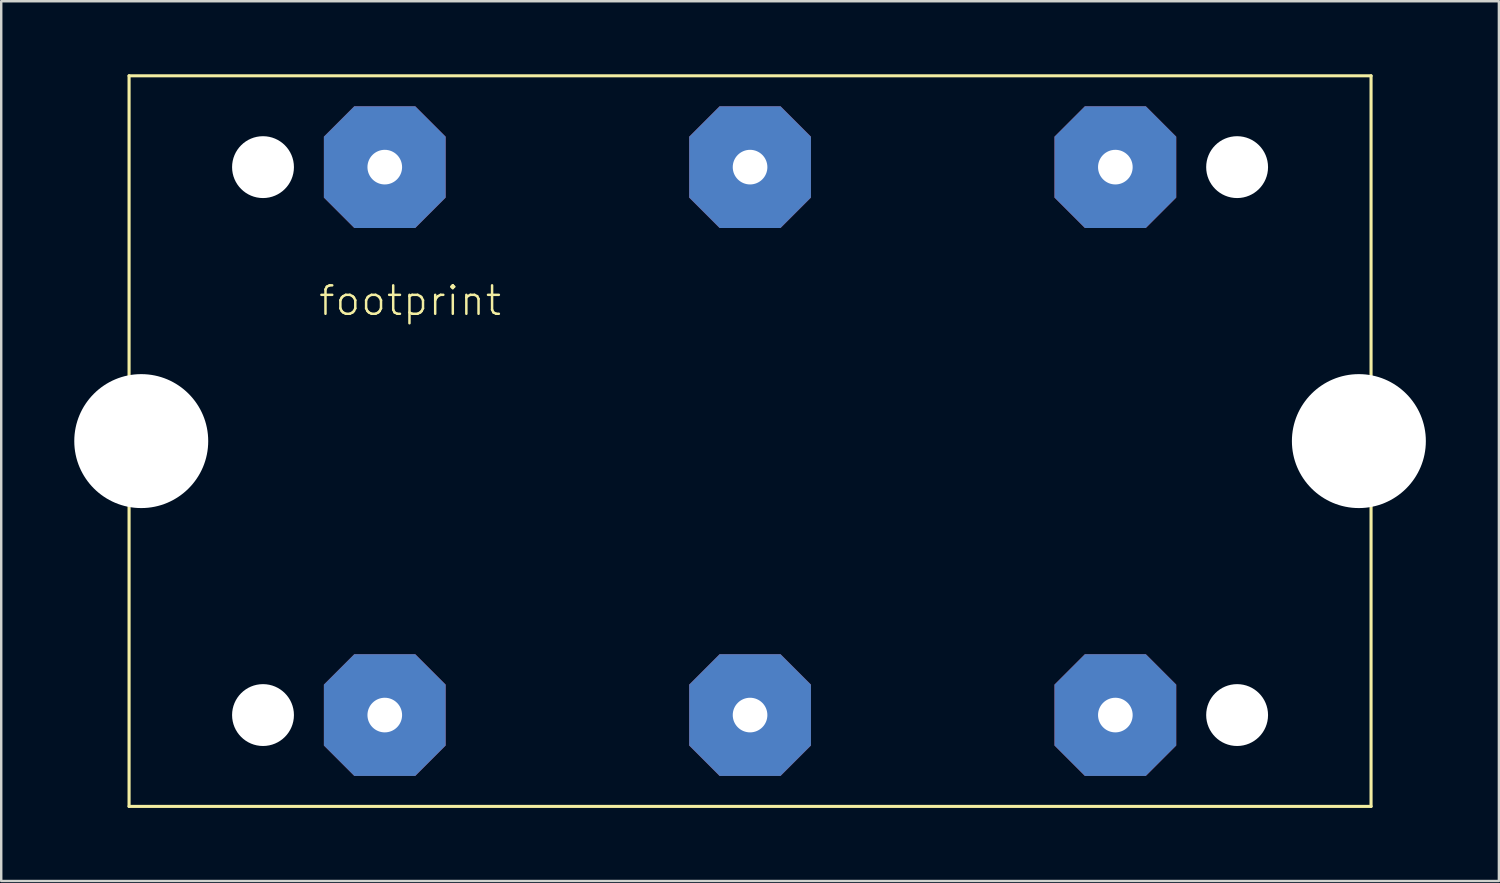
<source format=kicad_pcb>
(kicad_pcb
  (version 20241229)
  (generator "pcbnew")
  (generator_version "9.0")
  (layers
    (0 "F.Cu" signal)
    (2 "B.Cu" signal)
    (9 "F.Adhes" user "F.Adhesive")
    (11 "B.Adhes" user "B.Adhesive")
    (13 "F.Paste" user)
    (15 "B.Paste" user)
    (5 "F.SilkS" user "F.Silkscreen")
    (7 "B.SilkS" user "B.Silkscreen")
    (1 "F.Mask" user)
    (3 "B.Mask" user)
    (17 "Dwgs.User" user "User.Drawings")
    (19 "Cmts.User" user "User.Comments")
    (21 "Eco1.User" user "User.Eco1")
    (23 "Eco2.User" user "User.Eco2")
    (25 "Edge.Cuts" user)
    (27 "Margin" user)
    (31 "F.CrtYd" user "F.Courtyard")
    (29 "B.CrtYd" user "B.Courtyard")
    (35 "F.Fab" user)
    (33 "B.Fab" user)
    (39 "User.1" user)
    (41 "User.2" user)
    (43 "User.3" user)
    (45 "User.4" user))
  (footprint "footprint"
    (layer "F.Cu")
    (at 27.75 15.063)
    (property "Reference" "footprint" (at -17.78 -5.08 0) (layer "F.SilkS") (effects (font (size 1.168 1.168) (thickness 0.102)) (justify left bottom)))
    (fp_line (start -25.5 -15) (end 25.5 -15) (stroke (width 0.127) (type solid)) (layer "F.SilkS"))
    (fp_line (start -25.5 15) (end -25.5 -15) (stroke (width 0.127) (type solid)) (layer "F.SilkS"))
    (fp_line (start 25.5 -15) (end 25.5 15) (stroke (width 0.127) (type solid)) (layer "F.SilkS"))
    (fp_line (start 25.5 15) (end -25.5 15) (stroke (width 0.127) (type solid)) (layer "F.SilkS"))
    (pad "" np_thru_hole circle (at -25 0) (size 5.5 5.5) (drill 5.5) (layers "*.Cu" "*.Mask"))
    (pad "" np_thru_hole circle (at -20 -11.25) (size 2.54 2.54) (drill 2.54) (layers "*.Cu" "*.Mask"))
    (pad "" np_thru_hole circle (at -20 11.25) (size 2.54 2.54) (drill 2.54) (layers "*.Cu" "*.Mask"))
    (pad "" np_thru_hole circle (at 20 -11.25) (size 2.54 2.54) (drill 2.54) (layers "*.Cu" "*.Mask"))
    (pad "" np_thru_hole circle (at 20 11.25) (size 2.54 2.54) (drill 2.54) (layers "*.Cu" "*.Mask"))
    (pad "" np_thru_hole circle (at 25 0) (size 5.5 5.5) (drill 5.5) (layers "*.Cu" "*.Mask"))
    (pad "1" thru_hole roundrect (at 15 -11.25) (size 5 5) (drill 1.422) (layers "*.Cu" "*.Mask") (roundrect_rratio 0.25) (chamfer_ratio 0.25) (chamfer top_left top_right bottom_left bottom_right))
    (pad "2" thru_hole roundrect (at 15 11.25) (size 5 5) (drill 1.422) (layers "*.Cu" "*.Mask") (roundrect_rratio 0.25) (chamfer_ratio 0.25) (chamfer top_left top_right bottom_left bottom_right))
    (pad "3" thru_hole roundrect (at -15 -11.25) (size 5 5) (drill 1.422) (layers "*.Cu" "*.Mask") (roundrect_rratio 0.25) (chamfer_ratio 0.25) (chamfer top_left top_right bottom_left bottom_right))
    (pad "4" thru_hole roundrect (at -15 11.25) (size 5 5) (drill 1.422) (layers "*.Cu" "*.Mask") (roundrect_rratio 0.25) (chamfer_ratio 0.25) (chamfer top_left top_right bottom_left bottom_right))
    (pad "5" thru_hole roundrect (at 0 -11.25) (size 5 5) (drill 1.422) (layers "*.Cu" "*.Mask") (roundrect_rratio 0.25) (chamfer_ratio 0.25) (chamfer top_left top_right bottom_left bottom_right))
    (pad "6" thru_hole roundrect (at 0 11.25) (size 5 5) (drill 1.422) (layers "*.Cu" "*.Mask") (roundrect_rratio 0.25) (chamfer_ratio 0.25) (chamfer top_left top_right bottom_left bottom_right)))
  (gr_rect
    (start -3 -3)
    (end 58.5 33.127)
    (stroke (width 0.1) (type default))
    (fill no)
    (layer "Edge.Cuts")))
</source>
